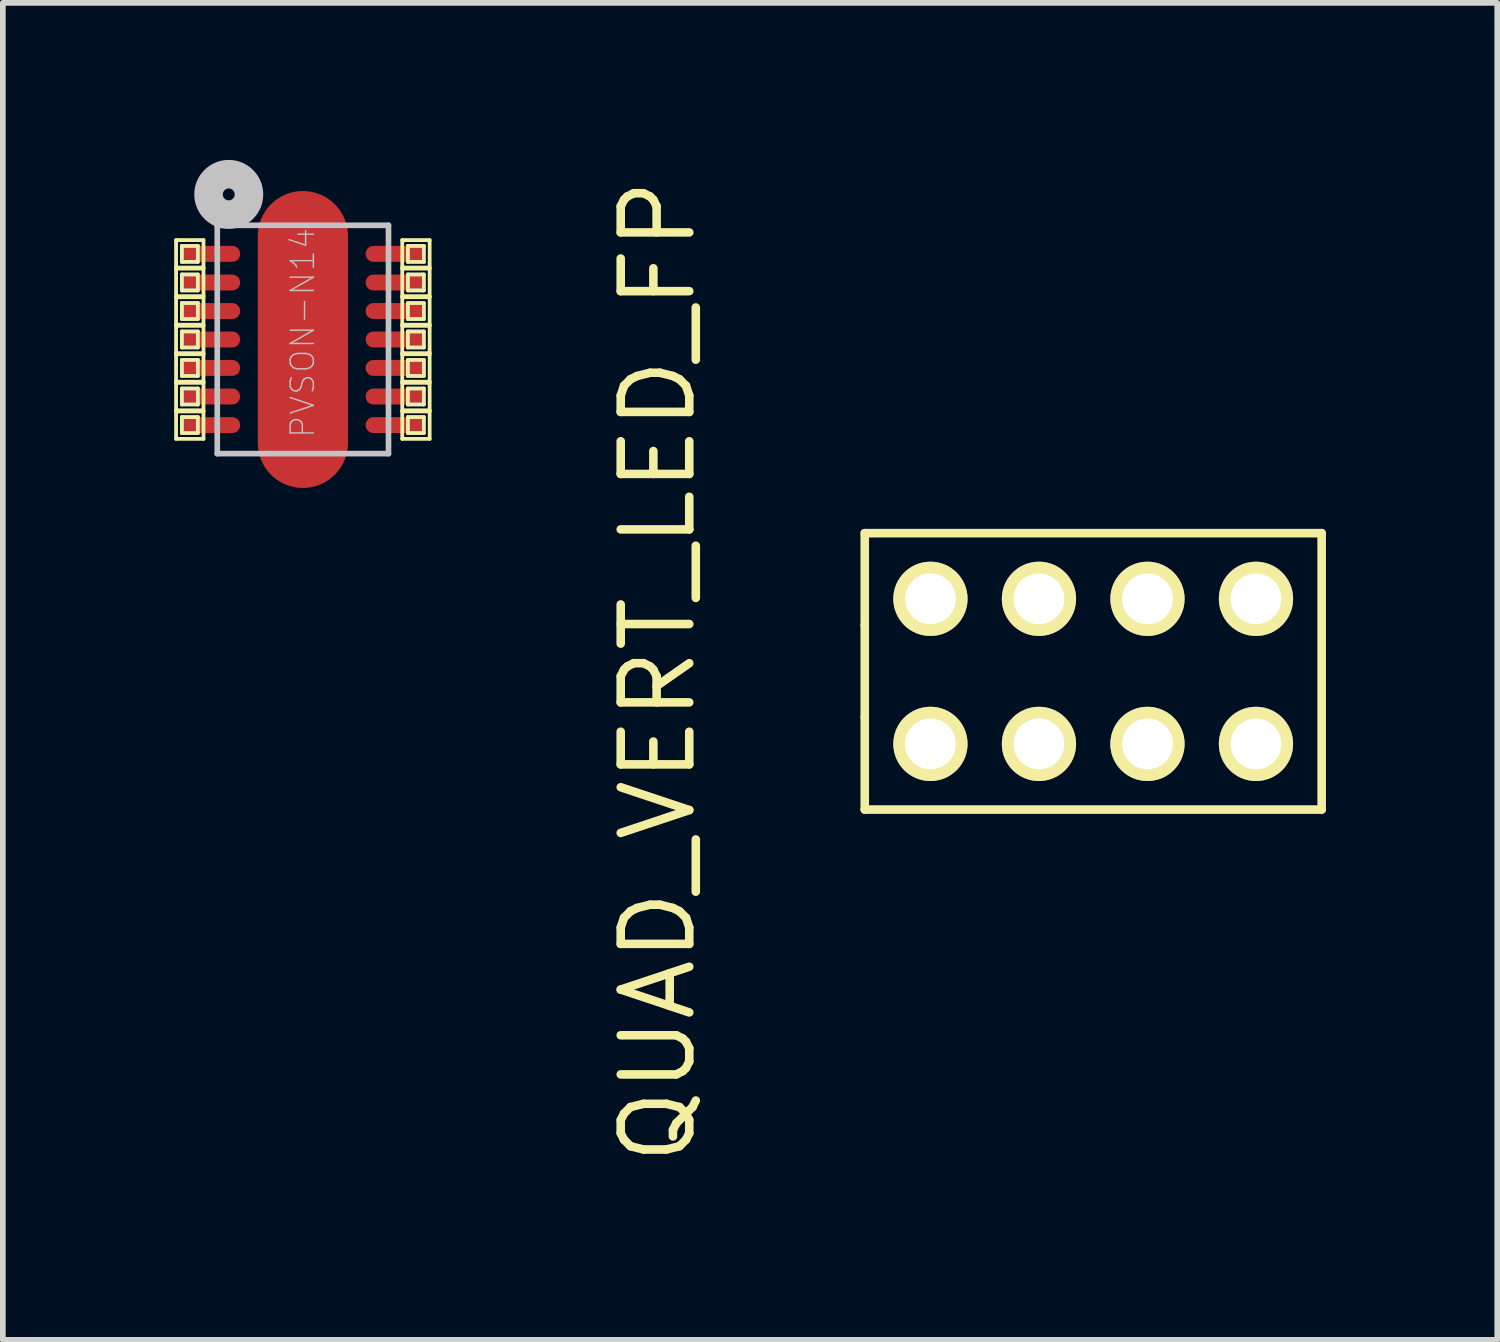
<source format=kicad_pcb>
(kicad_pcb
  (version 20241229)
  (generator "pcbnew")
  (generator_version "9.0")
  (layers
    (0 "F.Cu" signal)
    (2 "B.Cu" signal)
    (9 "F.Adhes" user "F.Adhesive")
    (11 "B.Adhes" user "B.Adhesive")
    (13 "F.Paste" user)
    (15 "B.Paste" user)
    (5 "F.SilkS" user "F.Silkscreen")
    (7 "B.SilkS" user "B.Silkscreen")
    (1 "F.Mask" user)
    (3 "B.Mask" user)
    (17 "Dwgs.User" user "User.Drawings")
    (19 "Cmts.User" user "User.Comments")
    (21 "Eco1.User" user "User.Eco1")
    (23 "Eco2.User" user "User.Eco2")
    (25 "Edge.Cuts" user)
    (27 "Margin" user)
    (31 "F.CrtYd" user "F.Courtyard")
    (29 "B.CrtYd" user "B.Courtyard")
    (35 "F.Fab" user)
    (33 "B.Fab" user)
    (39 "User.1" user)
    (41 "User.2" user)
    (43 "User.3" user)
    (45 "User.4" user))
  (footprint "PVSON-N14"
    (layer "F.Cu")
    (at 2.253 2.894)
    (property "Reference" "PVSON-N14" (at -0.003 -0.114 90) (layer "Dwgs.User") (effects (font (size 0.406 0.406) (thickness 0.025))))
    (attr smd)
    (fp_line (start -2.118 -1.638) (end -1.839 -1.638) (stroke (width 0.066) (type solid)) (layer "B.Cu"))
    (fp_line (start -2.118 -1.359) (end -2.118 -1.638) (stroke (width 0.066) (type solid)) (layer "B.Cu"))
    (fp_line (start -2.118 -1.359) (end -1.839 -1.359) (stroke (width 0.066) (type solid)) (layer "B.Cu"))
    (fp_line (start -2.118 -1.138) (end -1.839 -1.138) (stroke (width 0.066) (type solid)) (layer "B.Cu"))
    (fp_line (start -2.118 -0.859) (end -2.118 -1.138) (stroke (width 0.066) (type solid)) (layer "B.Cu"))
    (fp_line (start -2.118 -0.859) (end -1.839 -0.859) (stroke (width 0.066) (type solid)) (layer "B.Cu"))
    (fp_line (start -2.118 -0.638) (end -1.839 -0.638) (stroke (width 0.066) (type solid)) (layer "B.Cu"))
    (fp_line (start -2.118 -0.358) (end -2.118 -0.638) (stroke (width 0.066) (type solid)) (layer "B.Cu"))
    (fp_line (start -2.118 -0.358) (end -1.839 -0.358) (stroke (width 0.066) (type solid)) (layer "B.Cu"))
    (fp_line (start -2.118 -0.14) (end -1.839 -0.14) (stroke (width 0.066) (type solid)) (layer "B.Cu"))
    (fp_line (start -2.118 0.14) (end -2.118 -0.14) (stroke (width 0.066) (type solid)) (layer "B.Cu"))
    (fp_line (start -2.118 0.14) (end -1.839 0.14) (stroke (width 0.066) (type solid)) (layer "B.Cu"))
    (fp_line (start -2.118 0.358) (end -1.839 0.358) (stroke (width 0.066) (type solid)) (layer "B.Cu"))
    (fp_line (start -2.118 0.638) (end -2.118 0.358) (stroke (width 0.066) (type solid)) (layer "B.Cu"))
    (fp_line (start -2.118 0.638) (end -1.839 0.638) (stroke (width 0.066) (type solid)) (layer "B.Cu"))
    (fp_line (start -2.118 0.859) (end -1.839 0.859) (stroke (width 0.066) (type solid)) (layer "B.Cu"))
    (fp_line (start -2.118 1.138) (end -2.118 0.859) (stroke (width 0.066) (type solid)) (layer "B.Cu"))
    (fp_line (start -2.118 1.138) (end -1.839 1.138) (stroke (width 0.066) (type solid)) (layer "B.Cu"))
    (fp_line (start -2.118 1.359) (end -1.839 1.359) (stroke (width 0.066) (type solid)) (layer "B.Cu"))
    (fp_line (start -2.118 1.638) (end -2.118 1.359) (stroke (width 0.066) (type solid)) (layer "B.Cu"))
    (fp_line (start -2.118 1.638) (end -1.839 1.638) (stroke (width 0.066) (type solid)) (layer "B.Cu"))
    (fp_line (start -1.839 -1.359) (end -1.839 -1.638) (stroke (width 0.066) (type solid)) (layer "B.Cu"))
    (fp_line (start -1.839 -0.859) (end -1.839 -1.138) (stroke (width 0.066) (type solid)) (layer "B.Cu"))
    (fp_line (start -1.839 -0.358) (end -1.839 -0.638) (stroke (width 0.066) (type solid)) (layer "B.Cu"))
    (fp_line (start -1.839 0.14) (end -1.839 -0.14) (stroke (width 0.066) (type solid)) (layer "B.Cu"))
    (fp_line (start -1.839 0.638) (end -1.839 0.358) (stroke (width 0.066) (type solid)) (layer "B.Cu"))
    (fp_line (start -1.839 1.138) (end -1.839 0.859) (stroke (width 0.066) (type solid)) (layer "B.Cu"))
    (fp_line (start -1.839 1.638) (end -1.839 1.359) (stroke (width 0.066) (type solid)) (layer "B.Cu"))
    (fp_line (start 1.839 -1.638) (end 2.118 -1.638) (stroke (width 0.066) (type solid)) (layer "B.Cu"))
    (fp_line (start 1.839 -1.359) (end 1.839 -1.638) (stroke (width 0.066) (type solid)) (layer "B.Cu"))
    (fp_line (start 1.839 -1.359) (end 2.118 -1.359) (stroke (width 0.066) (type solid)) (layer "B.Cu"))
    (fp_line (start 1.839 -1.138) (end 2.118 -1.138) (stroke (width 0.066) (type solid)) (layer "B.Cu"))
    (fp_line (start 1.839 -0.859) (end 1.839 -1.138) (stroke (width 0.066) (type solid)) (layer "B.Cu"))
    (fp_line (start 1.839 -0.859) (end 2.118 -0.859) (stroke (width 0.066) (type solid)) (layer "B.Cu"))
    (fp_line (start 1.839 -0.638) (end 2.118 -0.638) (stroke (width 0.066) (type solid)) (layer "B.Cu"))
    (fp_line (start 1.839 -0.358) (end 1.839 -0.638) (stroke (width 0.066) (type solid)) (layer "B.Cu"))
    (fp_line (start 1.839 -0.358) (end 2.118 -0.358) (stroke (width 0.066) (type solid)) (layer "B.Cu"))
    (fp_line (start 1.839 -0.14) (end 2.118 -0.14) (stroke (width 0.066) (type solid)) (layer "B.Cu"))
    (fp_line (start 1.839 0.14) (end 1.839 -0.14) (stroke (width 0.066) (type solid)) (layer "B.Cu"))
    (fp_line (start 1.839 0.14) (end 2.118 0.14) (stroke (width 0.066) (type solid)) (layer "B.Cu"))
    (fp_line (start 1.839 0.358) (end 2.118 0.358) (stroke (width 0.066) (type solid)) (layer "B.Cu"))
    (fp_line (start 1.839 0.638) (end 1.839 0.358) (stroke (width 0.066) (type solid)) (layer "B.Cu"))
    (fp_line (start 1.839 0.638) (end 2.118 0.638) (stroke (width 0.066) (type solid)) (layer "B.Cu"))
    (fp_line (start 1.839 0.859) (end 2.118 0.859) (stroke (width 0.066) (type solid)) (layer "B.Cu"))
    (fp_line (start 1.839 1.138) (end 1.839 0.859) (stroke (width 0.066) (type solid)) (layer "B.Cu"))
    (fp_line (start 1.839 1.138) (end 2.118 1.138) (stroke (width 0.066) (type solid)) (layer "B.Cu"))
    (fp_line (start 1.839 1.359) (end 2.118 1.359) (stroke (width 0.066) (type solid)) (layer "B.Cu"))
    (fp_line (start 1.839 1.638) (end 1.839 1.359) (stroke (width 0.066) (type solid)) (layer "B.Cu"))
    (fp_line (start 1.839 1.638) (end 2.118 1.638) (stroke (width 0.066) (type solid)) (layer "B.Cu"))
    (fp_line (start 2.118 -1.359) (end 2.118 -1.638) (stroke (width 0.066) (type solid)) (layer "B.Cu"))
    (fp_line (start 2.118 -0.859) (end 2.118 -1.138) (stroke (width 0.066) (type solid)) (layer "B.Cu"))
    (fp_line (start 2.118 -0.358) (end 2.118 -0.638) (stroke (width 0.066) (type solid)) (layer "B.Cu"))
    (fp_line (start 2.118 0.14) (end 2.118 -0.14) (stroke (width 0.066) (type solid)) (layer "B.Cu"))
    (fp_line (start 2.118 0.638) (end 2.118 0.358) (stroke (width 0.066) (type solid)) (layer "B.Cu"))
    (fp_line (start 2.118 1.138) (end 2.118 0.859) (stroke (width 0.066) (type solid)) (layer "B.Cu"))
    (fp_line (start 2.118 1.638) (end 2.118 1.359) (stroke (width 0.066) (type solid)) (layer "B.Cu"))
    (fp_line (start -2.22 -1.74) (end -1.74 -1.74) (stroke (width 0.066) (type solid)) (layer "F.SilkS"))
    (fp_line (start -2.22 -1.26) (end -2.22 -1.74) (stroke (width 0.066) (type solid)) (layer "F.SilkS"))
    (fp_line (start -2.22 -1.26) (end -1.74 -1.26) (stroke (width 0.066) (type solid)) (layer "F.SilkS"))
    (fp_line (start -2.22 -1.24) (end -1.74 -1.24) (stroke (width 0.066) (type solid)) (layer "F.SilkS"))
    (fp_line (start -2.22 -0.759) (end -2.22 -1.24) (stroke (width 0.066) (type solid)) (layer "F.SilkS"))
    (fp_line (start -2.22 -0.759) (end -1.74 -0.759) (stroke (width 0.066) (type solid)) (layer "F.SilkS"))
    (fp_line (start -2.22 -0.739) (end -1.74 -0.739) (stroke (width 0.066) (type solid)) (layer "F.SilkS"))
    (fp_line (start -2.22 -0.259) (end -2.22 -0.739) (stroke (width 0.066) (type solid)) (layer "F.SilkS"))
    (fp_line (start -2.22 -0.259) (end -1.74 -0.259) (stroke (width 0.066) (type solid)) (layer "F.SilkS"))
    (fp_line (start -2.22 -0.239) (end -1.74 -0.239) (stroke (width 0.066) (type solid)) (layer "F.SilkS"))
    (fp_line (start -2.22 0.239) (end -2.22 -0.239) (stroke (width 0.066) (type solid)) (layer "F.SilkS"))
    (fp_line (start -2.22 0.239) (end -1.74 0.239) (stroke (width 0.066) (type solid)) (layer "F.SilkS"))
    (fp_line (start -2.22 0.259) (end -1.74 0.259) (stroke (width 0.066) (type solid)) (layer "F.SilkS"))
    (fp_line (start -2.22 0.739) (end -2.22 0.259) (stroke (width 0.066) (type solid)) (layer "F.SilkS"))
    (fp_line (start -2.22 0.739) (end -1.74 0.739) (stroke (width 0.066) (type solid)) (layer "F.SilkS"))
    (fp_line (start -2.22 0.759) (end -1.74 0.759) (stroke (width 0.066) (type solid)) (layer "F.SilkS"))
    (fp_line (start -2.22 1.24) (end -2.22 0.759) (stroke (width 0.066) (type solid)) (layer "F.SilkS"))
    (fp_line (start -2.22 1.24) (end -1.74 1.24) (stroke (width 0.066) (type solid)) (layer "F.SilkS"))
    (fp_line (start -2.22 1.26) (end -1.74 1.26) (stroke (width 0.066) (type solid)) (layer "F.SilkS"))
    (fp_line (start -2.22 1.74) (end -2.22 1.26) (stroke (width 0.066) (type solid)) (layer "F.SilkS"))
    (fp_line (start -2.22 1.74) (end -1.74 1.74) (stroke (width 0.066) (type solid)) (layer "F.SilkS"))
    (fp_line (start -2.118 -1.638) (end -1.839 -1.638) (stroke (width 0.066) (type solid)) (layer "F.SilkS"))
    (fp_line (start -2.118 -1.359) (end -2.118 -1.638) (stroke (width 0.066) (type solid)) (layer "F.SilkS"))
    (fp_line (start -2.118 -1.359) (end -1.839 -1.359) (stroke (width 0.066) (type solid)) (layer "F.SilkS"))
    (fp_line (start -2.118 -1.138) (end -1.839 -1.138) (stroke (width 0.066) (type solid)) (layer "F.SilkS"))
    (fp_line (start -2.118 -0.859) (end -2.118 -1.138) (stroke (width 0.066) (type solid)) (layer "F.SilkS"))
    (fp_line (start -2.118 -0.859) (end -1.839 -0.859) (stroke (width 0.066) (type solid)) (layer "F.SilkS"))
    (fp_line (start -2.118 -0.638) (end -1.839 -0.638) (stroke (width 0.066) (type solid)) (layer "F.SilkS"))
    (fp_line (start -2.118 -0.358) (end -2.118 -0.638) (stroke (width 0.066) (type solid)) (layer "F.SilkS"))
    (fp_line (start -2.118 -0.358) (end -1.839 -0.358) (stroke (width 0.066) (type solid)) (layer "F.SilkS"))
    (fp_line (start -2.118 -0.14) (end -1.839 -0.14) (stroke (width 0.066) (type solid)) (layer "F.SilkS"))
    (fp_line (start -2.118 0.14) (end -2.118 -0.14) (stroke (width 0.066) (type solid)) (layer "F.SilkS"))
    (fp_line (start -2.118 0.14) (end -1.839 0.14) (stroke (width 0.066) (type solid)) (layer "F.SilkS"))
    (fp_line (start -2.118 0.358) (end -1.839 0.358) (stroke (width 0.066) (type solid)) (layer "F.SilkS"))
    (fp_line (start -2.118 0.638) (end -2.118 0.358) (stroke (width 0.066) (type solid)) (layer "F.SilkS"))
    (fp_line (start -2.118 0.638) (end -1.839 0.638) (stroke (width 0.066) (type solid)) (layer "F.SilkS"))
    (fp_line (start -2.118 0.859) (end -1.839 0.859) (stroke (width 0.066) (type solid)) (layer "F.SilkS"))
    (fp_line (start -2.118 1.138) (end -2.118 0.859) (stroke (width 0.066) (type solid)) (layer "F.SilkS"))
    (fp_line (start -2.118 1.138) (end -1.839 1.138) (stroke (width 0.066) (type solid)) (layer "F.SilkS"))
    (fp_line (start -2.118 1.359) (end -1.839 1.359) (stroke (width 0.066) (type solid)) (layer "F.SilkS"))
    (fp_line (start -2.118 1.638) (end -2.118 1.359) (stroke (width 0.066) (type solid)) (layer "F.SilkS"))
    (fp_line (start -2.118 1.638) (end -1.839 1.638) (stroke (width 0.066) (type solid)) (layer "F.SilkS"))
    (fp_line (start -1.839 -1.359) (end -1.839 -1.638) (stroke (width 0.066) (type solid)) (layer "F.SilkS"))
    (fp_line (start -1.839 -0.859) (end -1.839 -1.138) (stroke (width 0.066) (type solid)) (layer "F.SilkS"))
    (fp_line (start -1.839 -0.358) (end -1.839 -0.638) (stroke (width 0.066) (type solid)) (layer "F.SilkS"))
    (fp_line (start -1.839 0.14) (end -1.839 -0.14) (stroke (width 0.066) (type solid)) (layer "F.SilkS"))
    (fp_line (start -1.839 0.638) (end -1.839 0.358) (stroke (width 0.066) (type solid)) (layer "F.SilkS"))
    (fp_line (start -1.839 1.138) (end -1.839 0.859) (stroke (width 0.066) (type solid)) (layer "F.SilkS"))
    (fp_line (start -1.839 1.638) (end -1.839 1.359) (stroke (width 0.066) (type solid)) (layer "F.SilkS"))
    (fp_line (start -1.74 -1.26) (end -1.74 -1.74) (stroke (width 0.066) (type solid)) (layer "F.SilkS"))
    (fp_line (start -1.74 -0.759) (end -1.74 -1.24) (stroke (width 0.066) (type solid)) (layer "F.SilkS"))
    (fp_line (start -1.74 -0.259) (end -1.74 -0.739) (stroke (width 0.066) (type solid)) (layer "F.SilkS"))
    (fp_line (start -1.74 0.239) (end -1.74 -0.239) (stroke (width 0.066) (type solid)) (layer "F.SilkS"))
    (fp_line (start -1.74 0.739) (end -1.74 0.259) (stroke (width 0.066) (type solid)) (layer "F.SilkS"))
    (fp_line (start -1.74 1.24) (end -1.74 0.759) (stroke (width 0.066) (type solid)) (layer "F.SilkS"))
    (fp_line (start -1.74 1.74) (end -1.74 1.26) (stroke (width 0.066) (type solid)) (layer "F.SilkS"))
    (fp_line (start 1.74 -1.74) (end 2.22 -1.74) (stroke (width 0.066) (type solid)) (layer "F.SilkS"))
    (fp_line (start 1.74 -1.26) (end 1.74 -1.74) (stroke (width 0.066) (type solid)) (layer "F.SilkS"))
    (fp_line (start 1.74 -1.26) (end 2.22 -1.26) (stroke (width 0.066) (type solid)) (layer "F.SilkS"))
    (fp_line (start 1.74 -1.24) (end 2.22 -1.24) (stroke (width 0.066) (type solid)) (layer "F.SilkS"))
    (fp_line (start 1.74 -0.759) (end 1.74 -1.24) (stroke (width 0.066) (type solid)) (layer "F.SilkS"))
    (fp_line (start 1.74 -0.759) (end 2.22 -0.759) (stroke (width 0.066) (type solid)) (layer "F.SilkS"))
    (fp_line (start 1.74 -0.739) (end 2.22 -0.739) (stroke (width 0.066) (type solid)) (layer "F.SilkS"))
    (fp_line (start 1.74 -0.259) (end 1.74 -0.739) (stroke (width 0.066) (type solid)) (layer "F.SilkS"))
    (fp_line (start 1.74 -0.259) (end 2.22 -0.259) (stroke (width 0.066) (type solid)) (layer "F.SilkS"))
    (fp_line (start 1.74 -0.239) (end 2.22 -0.239) (stroke (width 0.066) (type solid)) (layer "F.SilkS"))
    (fp_line (start 1.74 0.239) (end 1.74 -0.239) (stroke (width 0.066) (type solid)) (layer "F.SilkS"))
    (fp_line (start 1.74 0.239) (end 2.22 0.239) (stroke (width 0.066) (type solid)) (layer "F.SilkS"))
    (fp_line (start 1.74 0.259) (end 2.22 0.259) (stroke (width 0.066) (type solid)) (layer "F.SilkS"))
    (fp_line (start 1.74 0.739) (end 1.74 0.259) (stroke (width 0.066) (type solid)) (layer "F.SilkS"))
    (fp_line (start 1.74 0.739) (end 2.22 0.739) (stroke (width 0.066) (type solid)) (layer "F.SilkS"))
    (fp_line (start 1.74 0.759) (end 2.22 0.759) (stroke (width 0.066) (type solid)) (layer "F.SilkS"))
    (fp_line (start 1.74 1.24) (end 1.74 0.759) (stroke (width 0.066) (type solid)) (layer "F.SilkS"))
    (fp_line (start 1.74 1.24) (end 2.22 1.24) (stroke (width 0.066) (type solid)) (layer "F.SilkS"))
    (fp_line (start 1.74 1.26) (end 2.22 1.26) (stroke (width 0.066) (type solid)) (layer "F.SilkS"))
    (fp_line (start 1.74 1.74) (end 1.74 1.26) (stroke (width 0.066) (type solid)) (layer "F.SilkS"))
    (fp_line (start 1.74 1.74) (end 2.22 1.74) (stroke (width 0.066) (type solid)) (layer "F.SilkS"))
    (fp_line (start 1.839 -1.638) (end 2.118 -1.638) (stroke (width 0.066) (type solid)) (layer "F.SilkS"))
    (fp_line (start 1.839 -1.359) (end 1.839 -1.638) (stroke (width 0.066) (type solid)) (layer "F.SilkS"))
    (fp_line (start 1.839 -1.359) (end 2.118 -1.359) (stroke (width 0.066) (type solid)) (layer "F.SilkS"))
    (fp_line (start 1.839 -1.138) (end 2.118 -1.138) (stroke (width 0.066) (type solid)) (layer "F.SilkS"))
    (fp_line (start 1.839 -0.859) (end 1.839 -1.138) (stroke (width 0.066) (type solid)) (layer "F.SilkS"))
    (fp_line (start 1.839 -0.859) (end 2.118 -0.859) (stroke (width 0.066) (type solid)) (layer "F.SilkS"))
    (fp_line (start 1.839 -0.638) (end 2.118 -0.638) (stroke (width 0.066) (type solid)) (layer "F.SilkS"))
    (fp_line (start 1.839 -0.358) (end 1.839 -0.638) (stroke (width 0.066) (type solid)) (layer "F.SilkS"))
    (fp_line (start 1.839 -0.358) (end 2.118 -0.358) (stroke (width 0.066) (type solid)) (layer "F.SilkS"))
    (fp_line (start 1.839 -0.14) (end 2.118 -0.14) (stroke (width 0.066) (type solid)) (layer "F.SilkS"))
    (fp_line (start 1.839 0.14) (end 1.839 -0.14) (stroke (width 0.066) (type solid)) (layer "F.SilkS"))
    (fp_line (start 1.839 0.14) (end 2.118 0.14) (stroke (width 0.066) (type solid)) (layer "F.SilkS"))
    (fp_line (start 1.839 0.358) (end 2.118 0.358) (stroke (width 0.066) (type solid)) (layer "F.SilkS"))
    (fp_line (start 1.839 0.638) (end 1.839 0.358) (stroke (width 0.066) (type solid)) (layer "F.SilkS"))
    (fp_line (start 1.839 0.638) (end 2.118 0.638) (stroke (width 0.066) (type solid)) (layer "F.SilkS"))
    (fp_line (start 1.839 0.859) (end 2.118 0.859) (stroke (width 0.066) (type solid)) (layer "F.SilkS"))
    (fp_line (start 1.839 1.138) (end 1.839 0.859) (stroke (width 0.066) (type solid)) (layer "F.SilkS"))
    (fp_line (start 1.839 1.138) (end 2.118 1.138) (stroke (width 0.066) (type solid)) (layer "F.SilkS"))
    (fp_line (start 1.839 1.359) (end 2.118 1.359) (stroke (width 0.066) (type solid)) (layer "F.SilkS"))
    (fp_line (start 1.839 1.638) (end 1.839 1.359) (stroke (width 0.066) (type solid)) (layer "F.SilkS"))
    (fp_line (start 1.839 1.638) (end 2.118 1.638) (stroke (width 0.066) (type solid)) (layer "F.SilkS"))
    (fp_line (start 2.118 -1.359) (end 2.118 -1.638) (stroke (width 0.066) (type solid)) (layer "F.SilkS"))
    (fp_line (start 2.118 -0.859) (end 2.118 -1.138) (stroke (width 0.066) (type solid)) (layer "F.SilkS"))
    (fp_line (start 2.118 -0.358) (end 2.118 -0.638) (stroke (width 0.066) (type solid)) (layer "F.SilkS"))
    (fp_line (start 2.118 0.14) (end 2.118 -0.14) (stroke (width 0.066) (type solid)) (layer "F.SilkS"))
    (fp_line (start 2.118 0.638) (end 2.118 0.358) (stroke (width 0.066) (type solid)) (layer "F.SilkS"))
    (fp_line (start 2.118 1.138) (end 2.118 0.859) (stroke (width 0.066) (type solid)) (layer "F.SilkS"))
    (fp_line (start 2.118 1.638) (end 2.118 1.359) (stroke (width 0.066) (type solid)) (layer "F.SilkS"))
    (fp_line (start 2.22 -1.26) (end 2.22 -1.74) (stroke (width 0.066) (type solid)) (layer "F.SilkS"))
    (fp_line (start 2.22 -0.759) (end 2.22 -1.24) (stroke (width 0.066) (type solid)) (layer "F.SilkS"))
    (fp_line (start 2.22 -0.259) (end 2.22 -0.739) (stroke (width 0.066) (type solid)) (layer "F.SilkS"))
    (fp_line (start 2.22 0.239) (end 2.22 -0.239) (stroke (width 0.066) (type solid)) (layer "F.SilkS"))
    (fp_line (start 2.22 0.739) (end 2.22 0.259) (stroke (width 0.066) (type solid)) (layer "F.SilkS"))
    (fp_line (start 2.22 1.24) (end 2.22 0.759) (stroke (width 0.066) (type solid)) (layer "F.SilkS"))
    (fp_line (start 2.22 1.74) (end 2.22 1.26) (stroke (width 0.066) (type solid)) (layer "F.SilkS"))
    (fp_line (start -1.499 -1.999) (end 1.499 -1.999) (stroke (width 0.099) (type solid)) (layer "Dwgs.User"))
    (fp_line (start -1.499 1.999) (end -1.499 -1.999) (stroke (width 0.099) (type solid)) (layer "Dwgs.User"))
    (fp_line (start 1.499 -1.999) (end 1.499 1.999) (stroke (width 0.099) (type solid)) (layer "Dwgs.User"))
    (fp_line (start 1.499 1.999) (end -1.499 1.999) (stroke (width 0.099) (type solid)) (layer "Dwgs.User"))
    (fp_circle (center -1.298 -2.54) (end -1.194 -2.54) (stroke (width 0.5) (type solid)) (fill no) (layer "Dwgs.User"))
    (pad "1" smd oval (at -1.608 -1.499) (size 1.019 0.279) (layers "F.Cu" "F.Mask" "F.Paste"))
    (pad "2" smd oval (at -1.608 -0.998) (size 1.019 0.279) (layers "F.Cu" "F.Mask" "F.Paste"))
    (pad "3" smd oval (at -1.608 -0.498) (size 1.019 0.279) (layers "F.Cu" "F.Mask" "F.Paste"))
    (pad "4" smd oval (at -1.608 0) (size 1.019 0.279) (layers "F.Cu" "F.Mask" "F.Paste"))
    (pad "5" smd oval (at -1.608 0.498) (size 1.019 0.279) (layers "F.Cu" "F.Mask" "F.Paste"))
    (pad "6" smd oval (at -1.608 0.998) (size 1.019 0.279) (layers "F.Cu" "F.Mask" "F.Paste"))
    (pad "7" smd oval (at -1.608 1.499) (size 1.019 0.279) (layers "F.Cu" "F.Mask" "F.Paste"))
    (pad "8" smd oval (at 1.608 1.499) (size 1.019 0.279) (layers "F.Cu" "F.Mask" "F.Paste"))
    (pad "9" smd oval (at 1.608 0.998) (size 1.019 0.279) (layers "F.Cu" "F.Mask" "F.Paste"))
    (pad "10" smd oval (at 1.608 0.498) (size 1.019 0.279) (layers "F.Cu" "F.Mask" "F.Paste"))
    (pad "11" smd oval (at 1.608 0) (size 1.019 0.279) (layers "F.Cu" "F.Mask" "F.Paste"))
    (pad "12" smd oval (at 1.608 -0.498) (size 1.019 0.279) (layers "F.Cu" "F.Mask" "F.Paste"))
    (pad "13" smd oval (at 1.608 -0.998) (size 1.019 0.279) (layers "F.Cu" "F.Mask" "F.Paste"))
    (pad "14" smd oval (at 1.608 -1.499) (size 1.019 0.279) (layers "F.Cu" "F.Mask" "F.Paste"))
    (pad "15" smd oval (at 0 0) (size 1.58 5.199) (layers "F.Cu" "F.Mask" "F.Paste")))
  (footprint "QUAD_VERT_LED_FP"
    (layer "F.Cu")
    (at 16.091 8.705)
    (property "Reference" "QUAD_VERT_LED_FP" (at -7.62 0 90) (layer "F.SilkS") (effects (font (size 1.2 1.2) (thickness 0.15))))
    (attr through_hole)
    (fp_line (start -4 -2.42) (end -4 -0.807) (stroke (width 0.15) (type solid)) (layer "F.SilkS"))
    (fp_line (start -4 -0.807) (end -4 0.807) (stroke (width 0.15) (type solid)) (layer "F.SilkS"))
    (fp_line (start -4 0.807) (end -4 2.42) (stroke (width 0.15) (type solid)) (layer "F.SilkS"))
    (fp_line (start -4 2.42) (end 4 2.42) (stroke (width 0.15) (type solid)) (layer "F.SilkS"))
    (fp_line (start 4 -2.42) (end -4 -2.42) (stroke (width 0.15) (type solid)) (layer "F.SilkS"))
    (fp_line (start 4 2.42) (end 4 -2.42) (stroke (width 0.15) (type solid)) (layer "F.SilkS"))
    (pad "1" thru_hole circle (at -2.85 1.27) (size 1.3 1.3) (drill 0.889) (layers "*.Cu" "*.Mask" "F.SilkS"))
    (pad "2" thru_hole circle (at -2.85 -1.27) (size 1.3 1.3) (drill 0.889) (layers "*.Cu" "*.Mask" "F.SilkS"))
    (pad "3" thru_hole circle (at -0.95 1.27) (size 1.3 1.3) (drill 0.889) (layers "*.Cu" "*.Mask" "F.SilkS"))
    (pad "4" thru_hole circle (at -0.95 -1.27) (size 1.3 1.3) (drill 0.889) (layers "*.Cu" "*.Mask" "F.SilkS"))
    (pad "5" thru_hole circle (at 0.95 1.27) (size 1.3 1.3) (drill 0.889) (layers "*.Cu" "*.Mask" "F.SilkS"))
    (pad "6" thru_hole circle (at 0.95 -1.27) (size 1.3 1.3) (drill 0.889) (layers "*.Cu" "*.Mask" "F.SilkS"))
    (pad "7" thru_hole circle (at 2.85 1.27) (size 1.3 1.3) (drill 0.889) (layers "*.Cu" "*.Mask" "F.SilkS"))
    (pad "8" thru_hole circle (at 2.85 -1.27) (size 1.3 1.3) (drill 0.889) (layers "*.Cu" "*.Mask" "F.SilkS")))
  (gr_rect
    (start -3 -3)
    (end 23.166 20.41)
    (stroke (width 0.1) (type default))
    (fill no)
    (layer "Edge.Cuts")))
</source>
